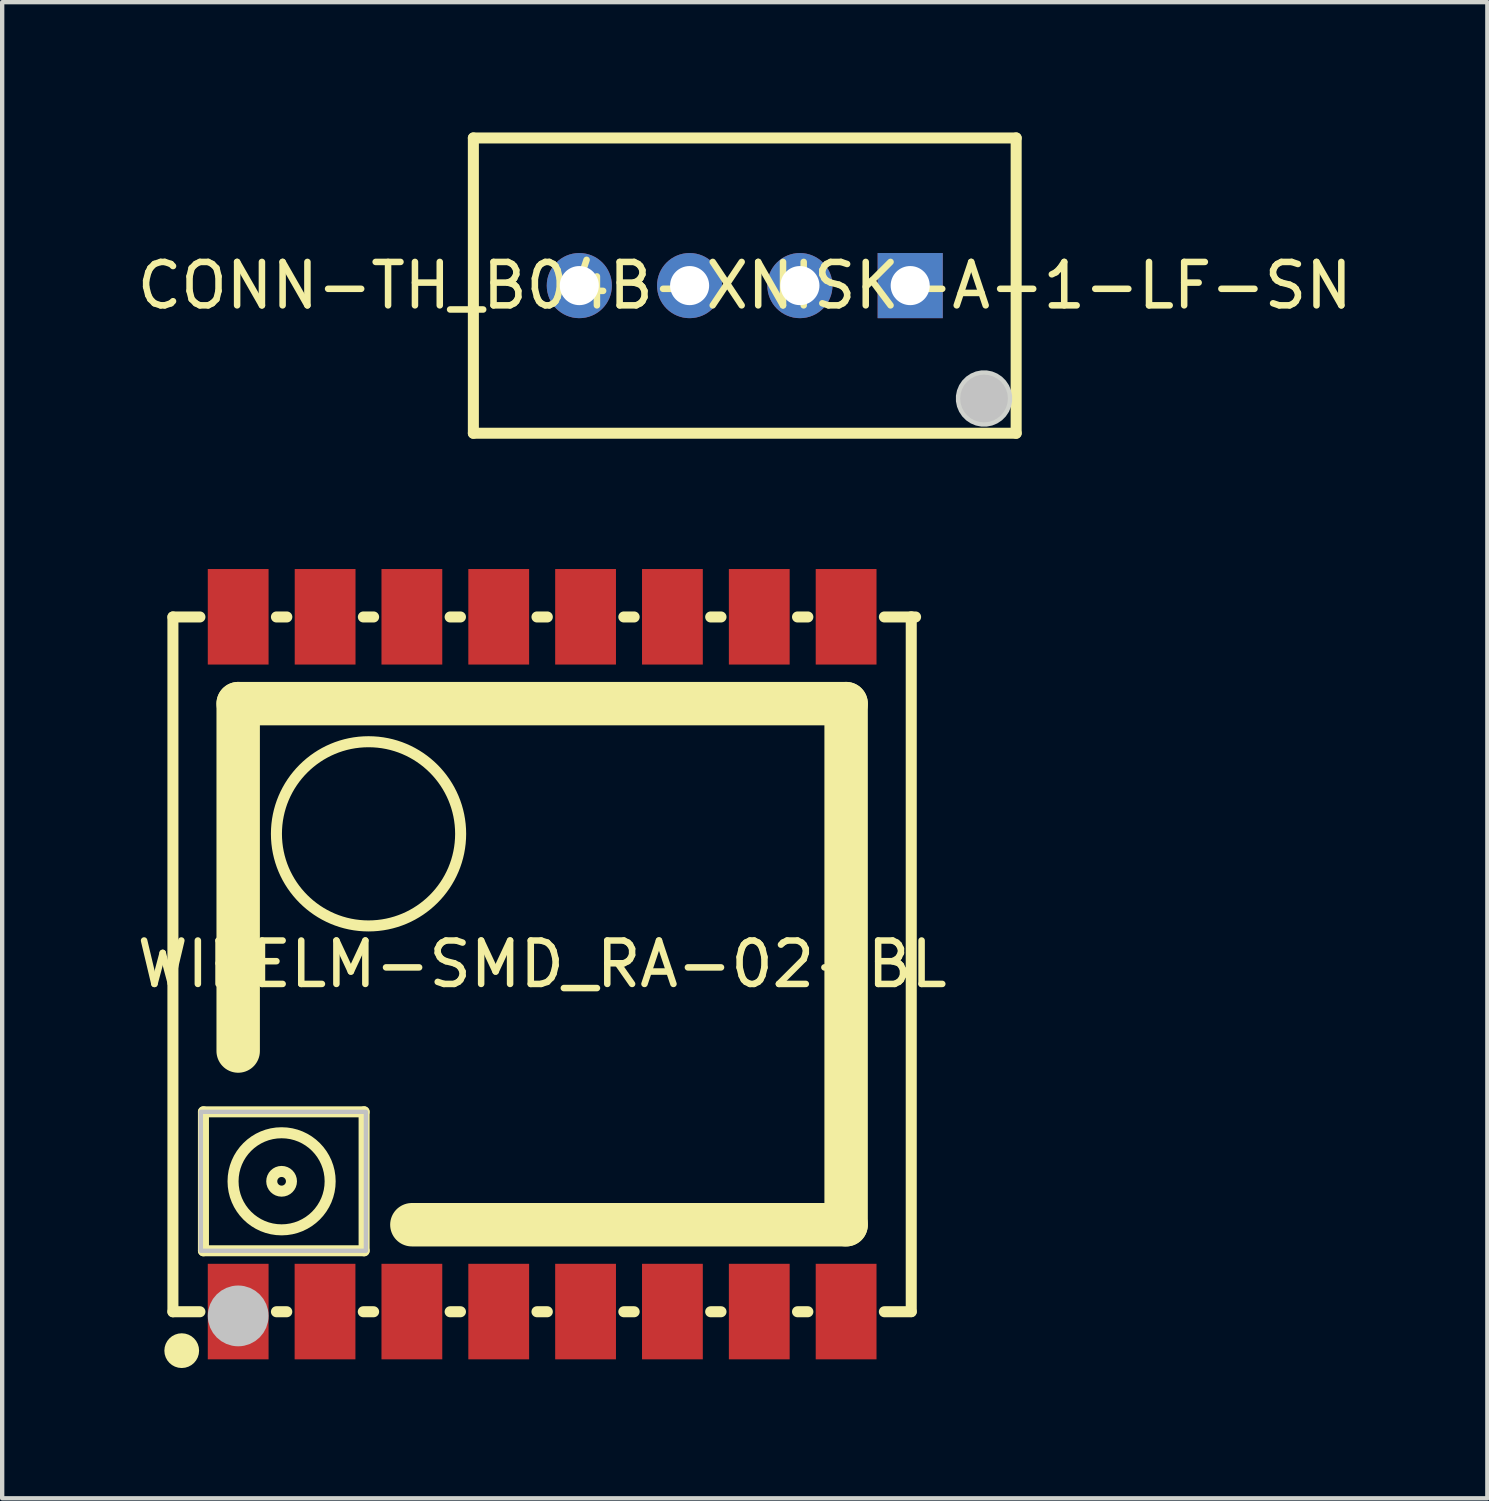
<source format=kicad_pcb>
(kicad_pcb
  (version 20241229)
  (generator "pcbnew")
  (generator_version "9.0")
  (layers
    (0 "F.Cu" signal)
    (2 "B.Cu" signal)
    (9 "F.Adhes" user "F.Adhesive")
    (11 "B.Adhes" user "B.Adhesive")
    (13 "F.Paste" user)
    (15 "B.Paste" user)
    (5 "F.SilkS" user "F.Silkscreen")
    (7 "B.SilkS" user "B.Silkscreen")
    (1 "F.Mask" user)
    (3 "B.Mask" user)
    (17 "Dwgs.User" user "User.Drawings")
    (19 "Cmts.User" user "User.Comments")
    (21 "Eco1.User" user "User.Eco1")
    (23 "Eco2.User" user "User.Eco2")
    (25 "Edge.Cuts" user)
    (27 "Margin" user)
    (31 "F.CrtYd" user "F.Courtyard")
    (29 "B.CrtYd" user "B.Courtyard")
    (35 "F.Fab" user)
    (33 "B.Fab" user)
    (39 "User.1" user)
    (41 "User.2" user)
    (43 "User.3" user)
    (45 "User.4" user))
  (footprint "WIRELM-SMD_RA-02-BL"
    (layer "F.Cu")
    (at 9.435 19.154)
    (property "Reference" "WIRELM-SMD_RA-02-BL" (at 0 0 0) (layer "F.SilkS") (effects (font (size 1 1) (thickness 0.15))))
    (fp_line (start -8.503 -7.996) (end -8.503 8.004) (stroke (width 0.254) (type default)) (layer "F.SilkS"))
    (fp_line (start -8.503 -7.996) (end -7.881 -7.996) (stroke (width 0.254) (type default)) (layer "F.SilkS"))
    (fp_line (start -8.503 8.004) (end -7.881 8.004) (stroke (width 0.254) (type default)) (layer "F.SilkS"))
    (fp_line (start -7.8 3.4) (end -4.1 3.4) (stroke (width 0.254) (type default)) (layer "F.SilkS"))
    (fp_line (start -7.8 6.6) (end -7.8 3.4) (stroke (width 0.254) (type default)) (layer "F.SilkS"))
    (fp_line (start -7 -6) (end 7 -6) (stroke (width 1) (type default)) (layer "F.SilkS"))
    (fp_line (start -7 2) (end -7 -6) (stroke (width 1) (type default)) (layer "F.SilkS"))
    (fp_line (start -6.119 -7.996) (end -5.88 -7.996) (stroke (width 0.254) (type default)) (layer "F.SilkS"))
    (fp_line (start -6.119 8.004) (end -5.881 8.004) (stroke (width 0.254) (type default)) (layer "F.SilkS"))
    (fp_line (start -4.119 8.004) (end -3.881 8.004) (stroke (width 0.254) (type default)) (layer "F.SilkS"))
    (fp_line (start -4.117 -7.996) (end -3.881 -7.996) (stroke (width 0.254) (type default)) (layer "F.SilkS"))
    (fp_line (start -4.1 3.4) (end -4.1 6.6) (stroke (width 0.254) (type default)) (layer "F.SilkS"))
    (fp_line (start -4.1 6.6) (end -7.8 6.6) (stroke (width 0.254) (type default)) (layer "F.SilkS"))
    (fp_line (start -2.119 -7.996) (end -1.881 -7.996) (stroke (width 0.254) (type default)) (layer "F.SilkS"))
    (fp_line (start -2.119 8.004) (end -1.881 8.004) (stroke (width 0.254) (type default)) (layer "F.SilkS"))
    (fp_line (start -0.119 -7.996) (end 0.119 -7.996) (stroke (width 0.254) (type default)) (layer "F.SilkS"))
    (fp_line (start -0.119 8.004) (end 0.119 8.004) (stroke (width 0.254) (type default)) (layer "F.SilkS"))
    (fp_line (start 1.881 -7.996) (end 2.119 -7.996) (stroke (width 0.254) (type default)) (layer "F.SilkS"))
    (fp_line (start 1.881 8.004) (end 2.119 8.004) (stroke (width 0.254) (type default)) (layer "F.SilkS"))
    (fp_line (start 3.881 -7.996) (end 4.119 -7.996) (stroke (width 0.254) (type default)) (layer "F.SilkS"))
    (fp_line (start 3.881 8.004) (end 4.119 8.004) (stroke (width 0.254) (type default)) (layer "F.SilkS"))
    (fp_line (start 5.881 -7.996) (end 6.119 -7.996) (stroke (width 0.254) (type default)) (layer "F.SilkS"))
    (fp_line (start 5.881 8.004) (end 6.119 8.004) (stroke (width 0.254) (type default)) (layer "F.SilkS"))
    (fp_line (start 7 -6) (end 7 6) (stroke (width 1) (type default)) (layer "F.SilkS"))
    (fp_line (start 7 6) (end -3 6) (stroke (width 1) (type default)) (layer "F.SilkS"))
    (fp_line (start 7.881 -7.996) (end 8.6 -7.996) (stroke (width 0.254) (type default)) (layer "F.SilkS"))
    (fp_line (start 7.881 8.004) (end 8.5 8.004) (stroke (width 0.254) (type default)) (layer "F.SilkS"))
    (fp_line (start 8.5 8) (end 8.5 -8) (stroke (width 0.254) (type default)) (layer "F.SilkS"))
    (fp_circle (center -8.3 8.9) (end -8.1 8.9) (stroke (width 0.4) (type default)) (fill no) (layer "F.SilkS"))
    (fp_circle (center -6 5) (end -5.9 5) (stroke (width 0.254) (type default)) (fill no) (layer "F.SilkS"))
    (fp_circle (center -6 5) (end -4.882 5) (stroke (width 0.254) (type default)) (fill no) (layer "F.SilkS"))
    (fp_circle (center -3.998 -3.002) (end -1.877 -3.002) (stroke (width 0.254) (type default)) (fill no) (layer "F.SilkS"))
    (fp_circle (center -7 8.1) (end -6.65 8.1) (stroke (width 0.7) (type default)) (fill no) (layer "Dwgs.User"))
    (fp_poly (pts (xy -7.859 3.4) (xy -4.059 3.4) (xy -4.059 6.6) (xy -7.859 6.6) (xy -7.859 5.7)) (stroke (width 0.1) (type default)) (fill no) (layer "Dwgs.User"))
    (fp_poly (pts (xy -7.45 -8) (xy -6.55 -8) (xy -6.55 -7) (xy -7.45 -7)) (stroke (width 0.1) (type default)) (fill no) (layer "User.1"))
    (fp_poly (pts (xy -7.45 7) (xy -6.55 7) (xy -6.55 8) (xy -7.45 8)) (stroke (width 0.1) (type default)) (fill no) (layer "User.1"))
    (fp_poly (pts (xy -5.45 7) (xy -4.55 7) (xy -4.55 8) (xy -5.45 8)) (stroke (width 0.1) (type default)) (fill no) (layer "User.1"))
    (fp_poly (pts (xy -5.449 -8) (xy -4.548 -8) (xy -4.548 -7) (xy -5.449 -7)) (stroke (width 0.1) (type default)) (fill no) (layer "User.1"))
    (fp_poly (pts (xy -3.45 -8) (xy -2.55 -8) (xy -2.55 -7) (xy -3.45 -7)) (stroke (width 0.1) (type default)) (fill no) (layer "User.1"))
    (fp_poly (pts (xy -3.45 7) (xy -2.55 7) (xy -2.55 8) (xy -3.45 8)) (stroke (width 0.1) (type default)) (fill no) (layer "User.1"))
    (fp_poly (pts (xy -1.45 -8) (xy -0.55 -8) (xy -0.55 -7) (xy -1.45 -7)) (stroke (width 0.1) (type default)) (fill no) (layer "User.1"))
    (fp_poly (pts (xy -1.45 7) (xy -0.55 7) (xy -0.55 8) (xy -1.45 8)) (stroke (width 0.1) (type default)) (fill no) (layer "User.1"))
    (fp_poly (pts (xy 0.55 -8) (xy 1.45 -8) (xy 1.45 -7) (xy 0.55 -7)) (stroke (width 0.1) (type default)) (fill no) (layer "User.1"))
    (fp_poly (pts (xy 0.55 7) (xy 1.45 7) (xy 1.45 8) (xy 0.55 8)) (stroke (width 0.1) (type default)) (fill no) (layer "User.1"))
    (fp_poly (pts (xy 2.55 -8) (xy 3.45 -8) (xy 3.45 -7) (xy 2.55 -7)) (stroke (width 0.1) (type default)) (fill no) (layer "User.1"))
    (fp_poly (pts (xy 2.55 7) (xy 3.45 7) (xy 3.45 8) (xy 2.55 8)) (stroke (width 0.1) (type default)) (fill no) (layer "User.1"))
    (fp_poly (pts (xy 4.55 -8) (xy 5.45 -8) (xy 5.45 -7) (xy 4.55 -7)) (stroke (width 0.1) (type default)) (fill no) (layer "User.1"))
    (fp_poly (pts (xy 4.55 7) (xy 5.45 7) (xy 5.45 8) (xy 4.55 8)) (stroke (width 0.1) (type default)) (fill no) (layer "User.1"))
    (fp_poly (pts (xy 6.55 -8) (xy 7.45 -8) (xy 7.45 -7) (xy 6.55 -7)) (stroke (width 0.1) (type default)) (fill no) (layer "User.1"))
    (fp_poly (pts (xy 6.55 7) (xy 7.45 7) (xy 7.45 8) (xy 6.55 8)) (stroke (width 0.1) (type default)) (fill no) (layer "User.1"))
    (fp_line (start -8.5 -8) (end 8.5 -8) (stroke (width 0.051) (type default)) (layer "User.2"))
    (fp_line (start -8.5 8) (end -8.5 -8) (stroke (width 0.051) (type default)) (layer "User.2"))
    (fp_line (start 8.5 -8) (end 8.5 8) (stroke (width 0.051) (type default)) (layer "User.2"))
    (fp_line (start 8.5 8) (end -8.5 8) (stroke (width 0.051) (type default)) (layer "User.2"))
    (fp_poly (pts (xy -8.445 7.977) (xy -8.477 7.945) (xy -8.523 7.945) (xy -8.555 7.977) (xy -8.555 8.023) (xy -8.523 8.055) (xy -8.477 8.055) (xy -8.445 8.023)) (stroke (width 0.1) (type default)) (fill no) (layer "User.3"))
    (pad "1" smd rect (at -7 8 90) (size 2.2 1.4) (layers "F.Cu" "F.Mask" "F.Paste"))
    (pad "2" smd rect (at -5 8 90) (size 2.2 1.4) (layers "F.Cu" "F.Mask" "F.Paste"))
    (pad "3" smd rect (at -3 8 90) (size 2.2 1.4) (layers "F.Cu" "F.Mask" "F.Paste"))
    (pad "4" smd rect (at -1 8 90) (size 2.2 1.4) (layers "F.Cu" "F.Mask" "F.Paste"))
    (pad "5" smd rect (at 1 8 90) (size 2.2 1.4) (layers "F.Cu" "F.Mask" "F.Paste"))
    (pad "6" smd rect (at 3 8 90) (size 2.2 1.4) (layers "F.Cu" "F.Mask" "F.Paste"))
    (pad "7" smd rect (at 5 8 90) (size 2.2 1.4) (layers "F.Cu" "F.Mask" "F.Paste"))
    (pad "8" smd rect (at 7 8 90) (size 2.2 1.4) (layers "F.Cu" "F.Mask" "F.Paste"))
    (pad "9" smd rect (at 7 -8 90) (size 2.2 1.4) (layers "F.Cu" "F.Mask" "F.Paste"))
    (pad "10" smd rect (at 5 -8 90) (size 2.2 1.4) (layers "F.Cu" "F.Mask" "F.Paste"))
    (pad "11" smd rect (at 3 -8 90) (size 2.2 1.4) (layers "F.Cu" "F.Mask" "F.Paste"))
    (pad "12" smd rect (at 1 -8 90) (size 2.2 1.4) (layers "F.Cu" "F.Mask" "F.Paste"))
    (pad "13" smd rect (at -1 -8 90) (size 2.2 1.4) (layers "F.Cu" "F.Mask" "F.Paste"))
    (pad "14" smd rect (at -3 -8 90) (size 2.2 1.4) (layers "F.Cu" "F.Mask" "F.Paste"))
    (pad "15" smd rect (at -4.998 -8 90) (size 2.2 1.4) (layers "F.Cu" "F.Mask" "F.Paste"))
    (pad "16" smd rect (at -7 -8 90) (size 2.2 1.4) (layers "F.Cu" "F.Mask" "F.Paste")))
  (footprint "CONN-TH_B04B-XNISK-A-1-LF-SN"
    (layer "F.Cu")
    (at 14.101 3.527)
    (property "Reference" "CONN-TH_B04B-XNISK-A-1-LF-SN" (at 0 0 0) (layer "F.SilkS") (effects (font (size 1 1) (thickness 0.15))))
    (fp_line (start -6.25 -3.4) (end 6.25 -3.4) (stroke (width 0.254) (type default)) (layer "F.SilkS"))
    (fp_line (start -6.25 3.4) (end -6.25 -3.4) (stroke (width 0.254) (type default)) (layer "F.SilkS"))
    (fp_line (start 6.25 -3.4) (end 6.25 3.4) (stroke (width 0.254) (type default)) (layer "F.SilkS"))
    (fp_line (start 6.25 3.4) (end -6.25 3.4) (stroke (width 0.254) (type default)) (layer "F.SilkS"))
    (fp_circle (center 5.51 2.6) (end 5.785 2.6) (stroke (width 0.55) (type default)) (fill no) (layer "Dwgs.User"))
    (fp_poly (pts (xy 6.157 2.536) (xy 6.132 2.411) (xy 6.083 2.294) (xy 6.012 2.188) (xy 5.922 2.098) (xy 5.816 2.027) (xy 5.699 1.978) (xy 5.574 1.953) (xy 5.446 1.953) (xy 5.321 1.978) (xy 5.204 2.027) (xy 5.098 2.098) (xy 5.008 2.188) (xy 4.937 2.294) (xy 4.888 2.411) (xy 4.863 2.536) (xy 4.863 2.664) (xy 4.888 2.789) (xy 4.937 2.906) (xy 5.008 3.012) (xy 5.098 3.102) (xy 5.204 3.173) (xy 5.321 3.222) (xy 5.446 3.247) (xy 5.574 3.247) (xy 5.699 3.222) (xy 5.816 3.173) (xy 5.922 3.102) (xy 6.012 3.012) (xy 6.083 2.906) (xy 6.132 2.789) (xy 6.157 2.664)) (stroke (width 0) (type default)) (fill yes) (layer "Edge.Cuts"))
    (fp_poly (pts (xy -4.13 -0.32) (xy -3.49 -0.32) (xy -3.49 0.32) (xy -4.13 0.32)) (stroke (width 0.1) (type default)) (fill no) (layer "User.1"))
    (fp_poly (pts (xy -1.59 -0.32) (xy -0.95 -0.32) (xy -0.95 0.32) (xy -1.59 0.32)) (stroke (width 0.1) (type default)) (fill no) (layer "User.1"))
    (fp_poly (pts (xy 0.95 -0.32) (xy 1.59 -0.32) (xy 1.59 0.32) (xy 0.95 0.32)) (stroke (width 0.1) (type default)) (fill no) (layer "User.1"))
    (fp_poly (pts (xy 3.49 -0.32) (xy 4.13 -0.32) (xy 4.13 0.32) (xy 3.49 0.32)) (stroke (width 0.1) (type default)) (fill no) (layer "User.1"))
    (fp_line (start -6.25 -3.4) (end 6.25 -3.4) (stroke (width 0.051) (type default)) (layer "User.2"))
    (fp_line (start -6.25 3.4) (end -6.25 -3.4) (stroke (width 0.051) (type default)) (layer "User.2"))
    (fp_line (start 6.25 -3.4) (end 6.25 3.4) (stroke (width 0.051) (type default)) (layer "User.2"))
    (fp_line (start 6.25 3.4) (end -6.25 3.4) (stroke (width 0.051) (type default)) (layer "User.2"))
    (fp_poly (pts (xy 6.305 -3.423) (xy 6.273 -3.455) (xy 6.227 -3.455) (xy 6.195 -3.423) (xy 6.195 -3.377) (xy 6.227 -3.345) (xy 6.273 -3.345) (xy 6.305 -3.377)) (stroke (width 0.1) (type default)) (fill no) (layer "User.3"))
    (pad "1" thru_hole rect (at 3.81 0) (size 1.5 1.5) (drill 0.9) (layers "*.Cu" "*.Mask"))
    (pad "2" thru_hole circle (at 1.27 0) (size 1.5 1.5) (drill 0.9) (layers "*.Cu" "*.Mask"))
    (pad "3" thru_hole circle (at -1.27 0) (size 1.5 1.5) (drill 0.9) (layers "*.Cu" "*.Mask"))
    (pad "4" thru_hole circle (at -3.81 0) (size 1.5 1.5) (drill 0.9) (layers "*.Cu" "*.Mask")))
  (gr_rect
    (start -3 -3)
    (end 31.202 31.454)
    (stroke (width 0.1) (type default))
    (fill no)
    (layer "Edge.Cuts")))
</source>
